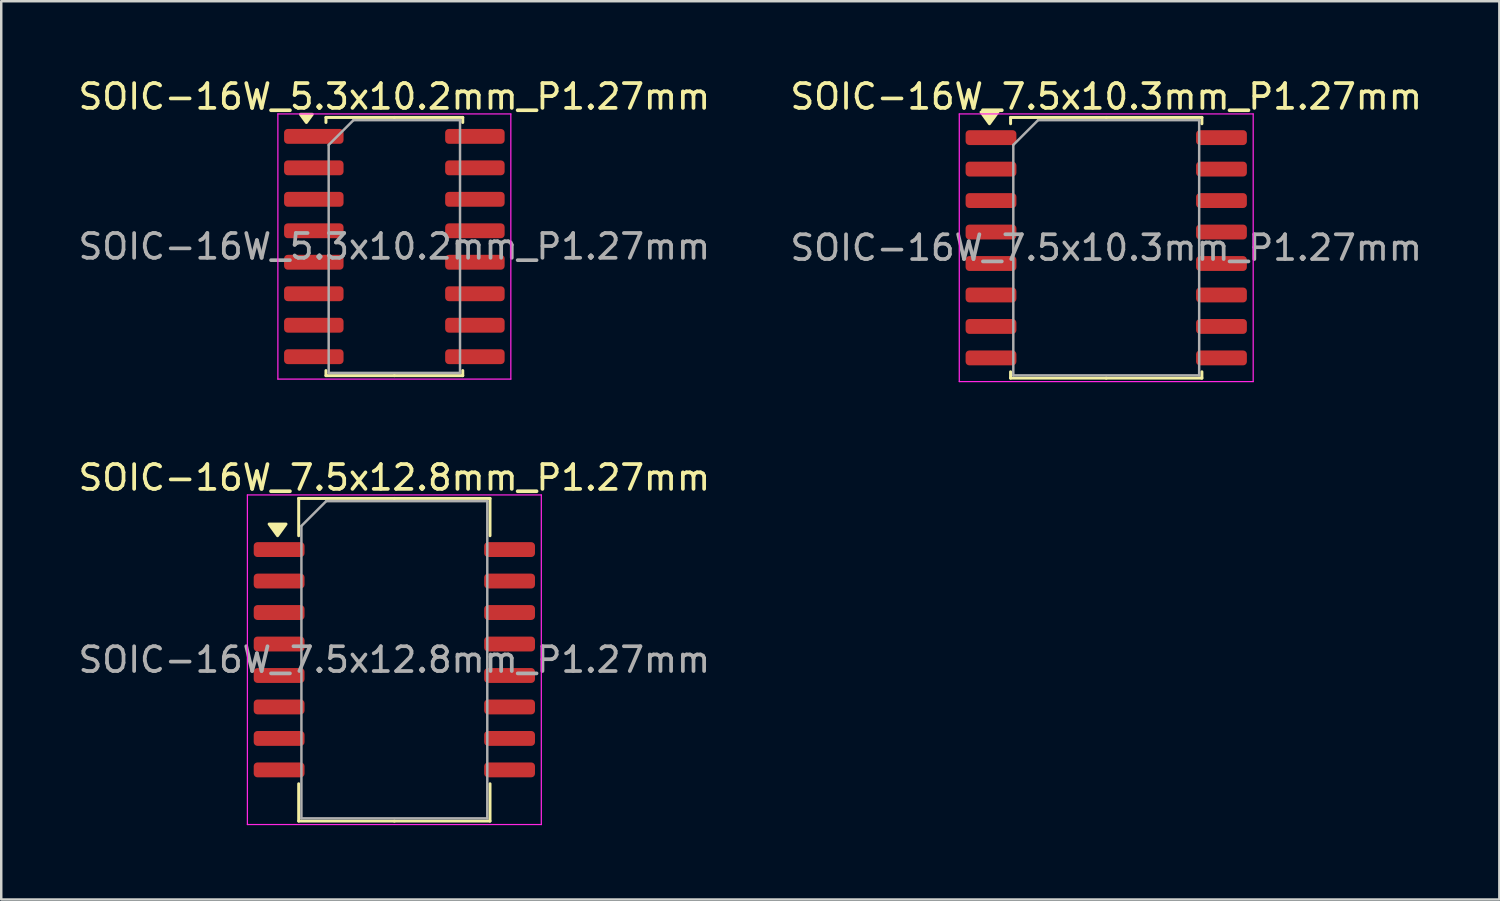
<source format=kicad_pcb>
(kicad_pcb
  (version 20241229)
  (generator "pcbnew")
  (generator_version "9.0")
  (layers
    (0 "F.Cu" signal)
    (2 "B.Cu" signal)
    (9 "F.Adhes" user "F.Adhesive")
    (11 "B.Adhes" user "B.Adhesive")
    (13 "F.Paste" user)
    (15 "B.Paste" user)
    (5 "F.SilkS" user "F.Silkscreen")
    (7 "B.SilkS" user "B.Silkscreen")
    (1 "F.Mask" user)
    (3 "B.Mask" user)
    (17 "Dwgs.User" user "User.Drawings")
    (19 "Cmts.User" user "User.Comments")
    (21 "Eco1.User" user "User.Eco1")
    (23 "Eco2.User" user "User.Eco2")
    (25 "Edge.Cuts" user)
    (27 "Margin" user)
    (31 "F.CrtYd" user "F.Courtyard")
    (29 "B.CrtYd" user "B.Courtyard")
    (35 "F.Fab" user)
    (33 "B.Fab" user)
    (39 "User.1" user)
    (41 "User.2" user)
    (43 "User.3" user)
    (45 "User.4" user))
  (footprint "SOIC-16W_5.3x10.2mm_P1.27mm"
    (layer "F.Cu")
    (at 12.863 6.898)
    (property "Reference" "SOIC-16W_5.3x10.2mm_P1.27mm" (at 0 -6.05 0) (layer "F.SilkS") (effects (font (size 1 1) (thickness 0.15))))
    (attr smd)
    (fp_line (start -2.76 -5.21) (end -2.76 -5.005) (stroke (width 0.12) (type solid)) (layer "F.SilkS"))
    (fp_line (start -2.76 5.21) (end -2.76 5.005) (stroke (width 0.12) (type solid)) (layer "F.SilkS"))
    (fp_line (start 0 -5.21) (end -2.76 -5.21) (stroke (width 0.12) (type solid)) (layer "F.SilkS"))
    (fp_line (start 0 -5.21) (end 2.76 -5.21) (stroke (width 0.12) (type solid)) (layer "F.SilkS"))
    (fp_line (start 0 5.21) (end -2.76 5.21) (stroke (width 0.12) (type solid)) (layer "F.SilkS"))
    (fp_line (start 0 5.21) (end 2.76 5.21) (stroke (width 0.12) (type solid)) (layer "F.SilkS"))
    (fp_line (start 2.76 -5.21) (end 2.76 -5.005) (stroke (width 0.12) (type solid)) (layer "F.SilkS"))
    (fp_line (start 2.76 5.21) (end 2.76 5.005) (stroke (width 0.12) (type solid)) (layer "F.SilkS"))
    (fp_poly (pts (xy -3.55 -5.005) (xy -3.79 -5.335) (xy -3.31 -5.335) (xy -3.55 -5.005)) (stroke (width 0.12) (type solid)) (fill yes) (layer "F.SilkS"))
    (fp_line (start -4.7 -5.35) (end -4.7 5.35) (stroke (width 0.05) (type solid)) (layer "F.CrtYd"))
    (fp_line (start -4.7 5.35) (end 4.7 5.35) (stroke (width 0.05) (type solid)) (layer "F.CrtYd"))
    (fp_line (start 4.7 -5.35) (end -4.7 -5.35) (stroke (width 0.05) (type solid)) (layer "F.CrtYd"))
    (fp_line (start 4.7 5.35) (end 4.7 -5.35) (stroke (width 0.05) (type solid)) (layer "F.CrtYd"))
    (fp_line (start -2.65 -4.1) (end -1.65 -5.1) (stroke (width 0.1) (type solid)) (layer "F.Fab"))
    (fp_line (start -2.65 5.1) (end -2.65 -4.1) (stroke (width 0.1) (type solid)) (layer "F.Fab"))
    (fp_line (start -1.65 -5.1) (end 2.65 -5.1) (stroke (width 0.1) (type solid)) (layer "F.Fab"))
    (fp_line (start 2.65 -5.1) (end 2.65 5.1) (stroke (width 0.1) (type solid)) (layer "F.Fab"))
    (fp_line (start 2.65 5.1) (end -2.65 5.1) (stroke (width 0.1) (type solid)) (layer "F.Fab"))
    (fp_text user "${REFERENCE}" (at 0 0 0) (layer "F.Fab") (effects (font (size 1 1) (thickness 0.15))))
    (pad "1" smd roundrect (at -3.25 -4.445) (size 2.4 0.6) (layers "F.Cu" "F.Mask" "F.Paste") (roundrect_rratio 0.25))
    (pad "2" smd roundrect (at -3.25 -3.175) (size 2.4 0.6) (layers "F.Cu" "F.Mask" "F.Paste") (roundrect_rratio 0.25))
    (pad "3" smd roundrect (at -3.25 -1.905) (size 2.4 0.6) (layers "F.Cu" "F.Mask" "F.Paste") (roundrect_rratio 0.25))
    (pad "4" smd roundrect (at -3.25 -0.635) (size 2.4 0.6) (layers "F.Cu" "F.Mask" "F.Paste") (roundrect_rratio 0.25))
    (pad "5" smd roundrect (at -3.25 0.635) (size 2.4 0.6) (layers "F.Cu" "F.Mask" "F.Paste") (roundrect_rratio 0.25))
    (pad "6" smd roundrect (at -3.25 1.905) (size 2.4 0.6) (layers "F.Cu" "F.Mask" "F.Paste") (roundrect_rratio 0.25))
    (pad "7" smd roundrect (at -3.25 3.175) (size 2.4 0.6) (layers "F.Cu" "F.Mask" "F.Paste") (roundrect_rratio 0.25))
    (pad "8" smd roundrect (at -3.25 4.445) (size 2.4 0.6) (layers "F.Cu" "F.Mask" "F.Paste") (roundrect_rratio 0.25))
    (pad "9" smd roundrect (at 3.25 4.445) (size 2.4 0.6) (layers "F.Cu" "F.Mask" "F.Paste") (roundrect_rratio 0.25))
    (pad "10" smd roundrect (at 3.25 3.175) (size 2.4 0.6) (layers "F.Cu" "F.Mask" "F.Paste") (roundrect_rratio 0.25))
    (pad "11" smd roundrect (at 3.25 1.905) (size 2.4 0.6) (layers "F.Cu" "F.Mask" "F.Paste") (roundrect_rratio 0.25))
    (pad "12" smd roundrect (at 3.25 0.635) (size 2.4 0.6) (layers "F.Cu" "F.Mask" "F.Paste") (roundrect_rratio 0.25))
    (pad "13" smd roundrect (at 3.25 -0.635) (size 2.4 0.6) (layers "F.Cu" "F.Mask" "F.Paste") (roundrect_rratio 0.25))
    (pad "14" smd roundrect (at 3.25 -1.905) (size 2.4 0.6) (layers "F.Cu" "F.Mask" "F.Paste") (roundrect_rratio 0.25))
    (pad "15" smd roundrect (at 3.25 -3.175) (size 2.4 0.6) (layers "F.Cu" "F.Mask" "F.Paste") (roundrect_rratio 0.25))
    (pad "16" smd roundrect (at 3.25 -4.445) (size 2.4 0.6) (layers "F.Cu" "F.Mask" "F.Paste") (roundrect_rratio 0.25)))
  (footprint "SOIC-16W_7.5x10.3mm_P1.27mm"
    (layer "F.Cu")
    (at 41.589 6.948)
    (property "Reference" "SOIC-16W_7.5x10.3mm_P1.27mm" (at 0 -6.1 0) (layer "F.SilkS") (effects (font (size 1 1) (thickness 0.15))))
    (attr smd)
    (fp_line (start -3.86 -5.26) (end -3.86 -5.005) (stroke (width 0.12) (type solid)) (layer "F.SilkS"))
    (fp_line (start -3.86 5.26) (end -3.86 5.005) (stroke (width 0.12) (type solid)) (layer "F.SilkS"))
    (fp_line (start 0 -5.26) (end -3.86 -5.26) (stroke (width 0.12) (type solid)) (layer "F.SilkS"))
    (fp_line (start 0 -5.26) (end 3.86 -5.26) (stroke (width 0.12) (type solid)) (layer "F.SilkS"))
    (fp_line (start 0 5.26) (end -3.86 5.26) (stroke (width 0.12) (type solid)) (layer "F.SilkS"))
    (fp_line (start 0 5.26) (end 3.86 5.26) (stroke (width 0.12) (type solid)) (layer "F.SilkS"))
    (fp_line (start 3.86 -5.26) (end 3.86 -5.005) (stroke (width 0.12) (type solid)) (layer "F.SilkS"))
    (fp_line (start 3.86 5.26) (end 3.86 5.005) (stroke (width 0.12) (type solid)) (layer "F.SilkS"))
    (fp_poly (pts (xy -4.713 -5.005) (xy -5.053 -5.475) (xy -4.372 -5.475) (xy -4.713 -5.005)) (stroke (width 0.12) (type solid)) (fill yes) (layer "F.SilkS"))
    (fp_line (start -5.93 -5.4) (end -5.93 5.4) (stroke (width 0.05) (type solid)) (layer "F.CrtYd"))
    (fp_line (start -5.93 5.4) (end 5.93 5.4) (stroke (width 0.05) (type solid)) (layer "F.CrtYd"))
    (fp_line (start 5.93 -5.4) (end -5.93 -5.4) (stroke (width 0.05) (type solid)) (layer "F.CrtYd"))
    (fp_line (start 5.93 5.4) (end 5.93 -5.4) (stroke (width 0.05) (type solid)) (layer "F.CrtYd"))
    (fp_line (start -3.75 -4.15) (end -2.75 -5.15) (stroke (width 0.1) (type solid)) (layer "F.Fab"))
    (fp_line (start -3.75 5.15) (end -3.75 -4.15) (stroke (width 0.1) (type solid)) (layer "F.Fab"))
    (fp_line (start -2.75 -5.15) (end 3.75 -5.15) (stroke (width 0.1) (type solid)) (layer "F.Fab"))
    (fp_line (start 3.75 -5.15) (end 3.75 5.15) (stroke (width 0.1) (type solid)) (layer "F.Fab"))
    (fp_line (start 3.75 5.15) (end -3.75 5.15) (stroke (width 0.1) (type solid)) (layer "F.Fab"))
    (fp_text user "${REFERENCE}" (at 0 0 0) (layer "F.Fab") (effects (font (size 1 1) (thickness 0.15))))
    (pad "1" smd roundrect (at -4.65 -4.445) (size 2.05 0.6) (layers "F.Cu" "F.Mask" "F.Paste") (roundrect_rratio 0.25))
    (pad "2" smd roundrect (at -4.65 -3.175) (size 2.05 0.6) (layers "F.Cu" "F.Mask" "F.Paste") (roundrect_rratio 0.25))
    (pad "3" smd roundrect (at -4.65 -1.905) (size 2.05 0.6) (layers "F.Cu" "F.Mask" "F.Paste") (roundrect_rratio 0.25))
    (pad "4" smd roundrect (at -4.65 -0.635) (size 2.05 0.6) (layers "F.Cu" "F.Mask" "F.Paste") (roundrect_rratio 0.25))
    (pad "5" smd roundrect (at -4.65 0.635) (size 2.05 0.6) (layers "F.Cu" "F.Mask" "F.Paste") (roundrect_rratio 0.25))
    (pad "6" smd roundrect (at -4.65 1.905) (size 2.05 0.6) (layers "F.Cu" "F.Mask" "F.Paste") (roundrect_rratio 0.25))
    (pad "7" smd roundrect (at -4.65 3.175) (size 2.05 0.6) (layers "F.Cu" "F.Mask" "F.Paste") (roundrect_rratio 0.25))
    (pad "8" smd roundrect (at -4.65 4.445) (size 2.05 0.6) (layers "F.Cu" "F.Mask" "F.Paste") (roundrect_rratio 0.25))
    (pad "9" smd roundrect (at 4.65 4.445) (size 2.05 0.6) (layers "F.Cu" "F.Mask" "F.Paste") (roundrect_rratio 0.25))
    (pad "10" smd roundrect (at 4.65 3.175) (size 2.05 0.6) (layers "F.Cu" "F.Mask" "F.Paste") (roundrect_rratio 0.25))
    (pad "11" smd roundrect (at 4.65 1.905) (size 2.05 0.6) (layers "F.Cu" "F.Mask" "F.Paste") (roundrect_rratio 0.25))
    (pad "12" smd roundrect (at 4.65 0.635) (size 2.05 0.6) (layers "F.Cu" "F.Mask" "F.Paste") (roundrect_rratio 0.25))
    (pad "13" smd roundrect (at 4.65 -0.635) (size 2.05 0.6) (layers "F.Cu" "F.Mask" "F.Paste") (roundrect_rratio 0.25))
    (pad "14" smd roundrect (at 4.65 -1.905) (size 2.05 0.6) (layers "F.Cu" "F.Mask" "F.Paste") (roundrect_rratio 0.25))
    (pad "15" smd roundrect (at 4.65 -3.175) (size 2.05 0.6) (layers "F.Cu" "F.Mask" "F.Paste") (roundrect_rratio 0.25))
    (pad "16" smd roundrect (at 4.65 -4.445) (size 2.05 0.6) (layers "F.Cu" "F.Mask" "F.Paste") (roundrect_rratio 0.25)))
  (footprint "SOIC-16W_7.5x12.8mm_P1.27mm"
    (layer "F.Cu")
    (at 12.863 23.572)
    (property "Reference" "SOIC-16W_7.5x12.8mm_P1.27mm" (at 0 -7.35 0) (layer "F.SilkS") (effects (font (size 1 1) (thickness 0.15))))
    (attr smd)
    (fp_line (start -3.86 -6.51) (end -3.86 -5.005) (stroke (width 0.12) (type solid)) (layer "F.SilkS"))
    (fp_line (start -3.86 6.51) (end -3.86 5.005) (stroke (width 0.12) (type solid)) (layer "F.SilkS"))
    (fp_line (start 0 -6.51) (end -3.86 -6.51) (stroke (width 0.12) (type solid)) (layer "F.SilkS"))
    (fp_line (start 0 -6.51) (end 3.86 -6.51) (stroke (width 0.12) (type solid)) (layer "F.SilkS"))
    (fp_line (start 0 6.51) (end -3.86 6.51) (stroke (width 0.12) (type solid)) (layer "F.SilkS"))
    (fp_line (start 0 6.51) (end 3.86 6.51) (stroke (width 0.12) (type solid)) (layer "F.SilkS"))
    (fp_line (start 3.86 -6.51) (end 3.86 -5.005) (stroke (width 0.12) (type solid)) (layer "F.SilkS"))
    (fp_line (start 3.86 6.51) (end 3.86 5.005) (stroke (width 0.12) (type solid)) (layer "F.SilkS"))
    (fp_poly (pts (xy -4.713 -5.005) (xy -5.053 -5.475) (xy -4.372 -5.475) (xy -4.713 -5.005)) (stroke (width 0.12) (type solid)) (fill yes) (layer "F.SilkS"))
    (fp_line (start -5.93 -6.65) (end -5.93 6.65) (stroke (width 0.05) (type solid)) (layer "F.CrtYd"))
    (fp_line (start -5.93 6.65) (end 5.93 6.65) (stroke (width 0.05) (type solid)) (layer "F.CrtYd"))
    (fp_line (start 5.93 -6.65) (end -5.93 -6.65) (stroke (width 0.05) (type solid)) (layer "F.CrtYd"))
    (fp_line (start 5.93 6.65) (end 5.93 -6.65) (stroke (width 0.05) (type solid)) (layer "F.CrtYd"))
    (fp_line (start -3.75 -5.4) (end -2.75 -6.4) (stroke (width 0.1) (type solid)) (layer "F.Fab"))
    (fp_line (start -3.75 6.4) (end -3.75 -5.4) (stroke (width 0.1) (type solid)) (layer "F.Fab"))
    (fp_line (start -2.75 -6.4) (end 3.75 -6.4) (stroke (width 0.1) (type solid)) (layer "F.Fab"))
    (fp_line (start 3.75 -6.4) (end 3.75 6.4) (stroke (width 0.1) (type solid)) (layer "F.Fab"))
    (fp_line (start 3.75 6.4) (end -3.75 6.4) (stroke (width 0.1) (type solid)) (layer "F.Fab"))
    (fp_text user "${REFERENCE}" (at 0 0 0) (layer "F.Fab") (effects (font (size 1 1) (thickness 0.15))))
    (pad "1" smd roundrect (at -4.65 -4.445) (size 2.05 0.6) (layers "F.Cu" "F.Mask" "F.Paste") (roundrect_rratio 0.25))
    (pad "2" smd roundrect (at -4.65 -3.175) (size 2.05 0.6) (layers "F.Cu" "F.Mask" "F.Paste") (roundrect_rratio 0.25))
    (pad "3" smd roundrect (at -4.65 -1.905) (size 2.05 0.6) (layers "F.Cu" "F.Mask" "F.Paste") (roundrect_rratio 0.25))
    (pad "4" smd roundrect (at -4.65 -0.635) (size 2.05 0.6) (layers "F.Cu" "F.Mask" "F.Paste") (roundrect_rratio 0.25))
    (pad "5" smd roundrect (at -4.65 0.635) (size 2.05 0.6) (layers "F.Cu" "F.Mask" "F.Paste") (roundrect_rratio 0.25))
    (pad "6" smd roundrect (at -4.65 1.905) (size 2.05 0.6) (layers "F.Cu" "F.Mask" "F.Paste") (roundrect_rratio 0.25))
    (pad "7" smd roundrect (at -4.65 3.175) (size 2.05 0.6) (layers "F.Cu" "F.Mask" "F.Paste") (roundrect_rratio 0.25))
    (pad "8" smd roundrect (at -4.65 4.445) (size 2.05 0.6) (layers "F.Cu" "F.Mask" "F.Paste") (roundrect_rratio 0.25))
    (pad "9" smd roundrect (at 4.65 4.445) (size 2.05 0.6) (layers "F.Cu" "F.Mask" "F.Paste") (roundrect_rratio 0.25))
    (pad "10" smd roundrect (at 4.65 3.175) (size 2.05 0.6) (layers "F.Cu" "F.Mask" "F.Paste") (roundrect_rratio 0.25))
    (pad "11" smd roundrect (at 4.65 1.905) (size 2.05 0.6) (layers "F.Cu" "F.Mask" "F.Paste") (roundrect_rratio 0.25))
    (pad "12" smd roundrect (at 4.65 0.635) (size 2.05 0.6) (layers "F.Cu" "F.Mask" "F.Paste") (roundrect_rratio 0.25))
    (pad "13" smd roundrect (at 4.65 -0.635) (size 2.05 0.6) (layers "F.Cu" "F.Mask" "F.Paste") (roundrect_rratio 0.25))
    (pad "14" smd roundrect (at 4.65 -1.905) (size 2.05 0.6) (layers "F.Cu" "F.Mask" "F.Paste") (roundrect_rratio 0.25))
    (pad "15" smd roundrect (at 4.65 -3.175) (size 2.05 0.6) (layers "F.Cu" "F.Mask" "F.Paste") (roundrect_rratio 0.25))
    (pad "16" smd roundrect (at 4.65 -4.445) (size 2.05 0.6) (layers "F.Cu" "F.Mask" "F.Paste") (roundrect_rratio 0.25)))
  (gr_rect
    (start -3 -3)
    (end 57.452 33.246)
    (stroke (width 0.1) (type default))
    (fill no)
    (layer "Edge.Cuts")))
</source>
